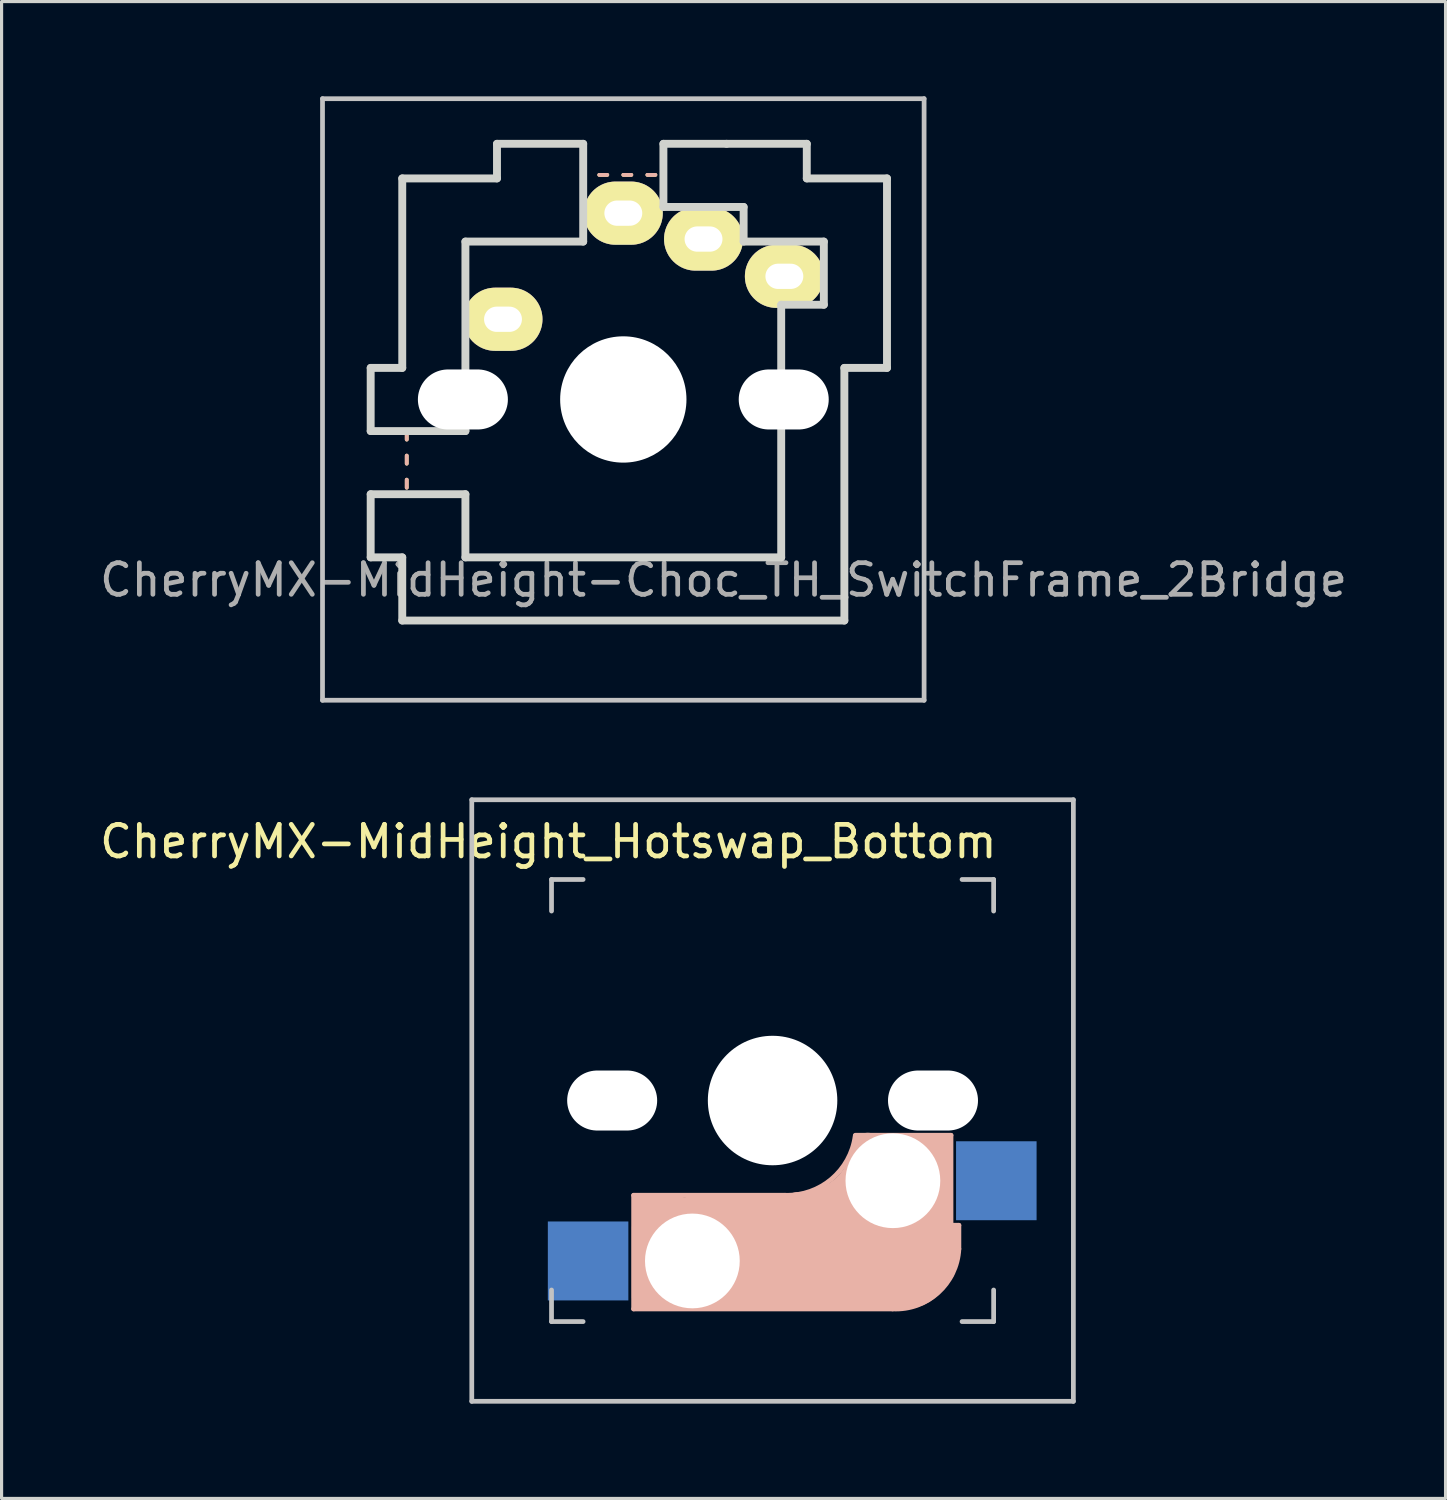
<source format=kicad_pcb>
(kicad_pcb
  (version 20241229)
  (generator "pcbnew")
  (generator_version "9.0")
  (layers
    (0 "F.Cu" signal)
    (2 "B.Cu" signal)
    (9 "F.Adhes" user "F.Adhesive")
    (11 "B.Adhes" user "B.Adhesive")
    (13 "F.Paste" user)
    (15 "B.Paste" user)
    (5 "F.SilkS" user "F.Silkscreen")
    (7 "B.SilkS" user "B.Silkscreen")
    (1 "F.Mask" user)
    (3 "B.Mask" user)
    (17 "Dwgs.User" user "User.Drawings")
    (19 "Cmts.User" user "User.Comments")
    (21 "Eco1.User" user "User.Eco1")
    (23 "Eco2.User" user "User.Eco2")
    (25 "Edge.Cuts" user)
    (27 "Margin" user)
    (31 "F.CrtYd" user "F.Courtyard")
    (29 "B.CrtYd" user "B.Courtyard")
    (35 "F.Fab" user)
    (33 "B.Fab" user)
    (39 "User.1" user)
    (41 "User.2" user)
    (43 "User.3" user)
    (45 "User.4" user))
  (footprint "CherryMX-MidHeight_Hotswap_Bottom"
    (layer "F.Cu")
    (at 21.415 31.8)
    (property "Reference" "CherryMX-MidHeight_Hotswap_Bottom" (at -7.1 -8.2 180) (layer "F.SilkS") (effects (font (size 1 1) (thickness 0.15))))
    (attr through_hole)
    (fp_line (start -4.4 3) (end -4.4 6.6) (stroke (width 0.15) (type solid)) (layer "B.SilkS"))
    (fp_line (start -4.4 6.6) (end 3.8 6.6) (stroke (width 0.15) (type solid)) (layer "B.SilkS"))
    (fp_line (start -4.38 4) (end -4.38 6.25) (stroke (width 0.15) (type solid)) (layer "B.SilkS"))
    (fp_line (start -4.25 6.4) (end -3 6.4) (stroke (width 0.4) (type solid)) (layer "B.SilkS"))
    (fp_line (start -4.2 3.25) (end -2.9 3.3) (stroke (width 0.5) (type solid)) (layer "B.SilkS"))
    (fp_line (start -3.9 6) (end -3.9 3.5) (stroke (width 1) (type solid)) (layer "B.SilkS"))
    (fp_line (start -2.6 4.8) (end 4.1 4.8) (stroke (width 3.5) (type solid)) (layer "B.SilkS"))
    (fp_line (start 0.4 3) (end -4.4 3) (stroke (width 0.15) (type solid)) (layer "B.SilkS"))
    (fp_line (start 4.17 5.1) (end 4.17 2.86) (stroke (width 3) (type solid)) (layer "B.SilkS"))
    (fp_line (start 5.3 1.6) (end 5.3 3.4) (stroke (width 0.8) (type solid)) (layer "B.SilkS"))
    (fp_line (start 5.45 1.3) (end 3 1.3) (stroke (width 0.5) (type solid)) (layer "B.SilkS"))
    (fp_line (start 5.65 1.1) (end 2.62 1.1) (stroke (width 0.15) (type solid)) (layer "B.SilkS"))
    (fp_line (start 5.65 5.55) (end 5.65 1.1) (stroke (width 0.15) (type solid)) (layer "B.SilkS"))
    (fp_line (start 5.8 4.05) (end 5.8 4.7) (stroke (width 0.3) (type solid)) (layer "B.SilkS"))
    (fp_line (start 5.9 3.95) (end 5.7 3.95) (stroke (width 0.15) (type solid)) (layer "B.SilkS"))
    (fp_line (start 5.9 4.7) (end 5.9 3.95) (stroke (width 0.15) (type solid)) (layer "B.SilkS"))
    (fp_arc (start 2.616318 1.121471) (mid 1.868709 2.486118) (end 0.4 3) (stroke (width 0.15) (type solid)) (layer "B.SilkS"))
    (fp_arc (start 3.016318 1.521471) (mid 2.268709 2.886118) (end 0.8 3.4) (stroke (width 1) (type solid)) (layer "B.SilkS"))
    (fp_arc (start 5.9 4.699999) (mid 5.243504 6.084924) (end 3.800001 6.6) (stroke (width 0.15) (type solid)) (layer "B.SilkS"))
    (fp_line (start -9.525 -9.525) (end 9.525 -9.525) (stroke (width 0.15) (type solid)) (layer "Dwgs.User"))
    (fp_line (start -9.525 9.525) (end -9.525 -9.525) (stroke (width 0.15) (type solid)) (layer "Dwgs.User"))
    (fp_line (start -7 -7) (end -7 -6) (stroke (width 0.15) (type solid)) (layer "Dwgs.User"))
    (fp_line (start -7 7) (end -7 6) (stroke (width 0.15) (type solid)) (layer "Dwgs.User"))
    (fp_line (start -7 7) (end -6 7) (stroke (width 0.15) (type solid)) (layer "Dwgs.User"))
    (fp_line (start -6 -7) (end -7 -7) (stroke (width 0.15) (type solid)) (layer "Dwgs.User"))
    (fp_line (start 7 -7) (end 6 -7) (stroke (width 0.15) (type solid)) (layer "Dwgs.User"))
    (fp_line (start 7 -6) (end 7 -7) (stroke (width 0.15) (type solid)) (layer "Dwgs.User"))
    (fp_line (start 7 6) (end 7 7) (stroke (width 0.15) (type solid)) (layer "Dwgs.User"))
    (fp_line (start 7 7) (end 6 7) (stroke (width 0.15) (type solid)) (layer "Dwgs.User"))
    (fp_line (start 9.525 -9.525) (end 9.525 9.525) (stroke (width 0.15) (type solid)) (layer "Dwgs.User"))
    (fp_line (start 9.525 9.525) (end -9.525 9.525) (stroke (width 0.15) (type solid)) (layer "Dwgs.User"))
    (pad "" np_thru_hole oval (at -5.08 0) (size 2.85 1.9) (drill oval 2.85 1.9) (layers "*.Cu" "*.Mask"))
    (pad "" np_thru_hole circle (at -2.54 5.08 180) (size 3 3) (drill 3) (layers "*.Cu" "*.Mask"))
    (pad "" np_thru_hole circle (at 0 0 270) (size 4.1 4.1) (drill 4.1) (layers "*.Cu" "*.Mask"))
    (pad "" np_thru_hole circle (at 3.81 2.54 180) (size 3 3) (drill 3) (layers "*.Cu" "*.Mask"))
    (pad "" np_thru_hole oval (at 5.08 0 180) (size 2.85 1.9) (drill oval 2.85 1.9) (layers "*.Cu" "*.Mask"))
    (pad "1" smd rect (at 7.085 2.54) (size 2.55 2.5) (layers "B.Cu" "B.Mask" "B.Paste"))
    (pad "2" smd rect (at -5.842 5.08) (size 2.55 2.5) (layers "B.Cu" "B.Mask" "B.Paste")))
  (footprint "CherryMX-MidHeight-Choc_TH_SwitchFrame_2Bridge"
    (layer "F.Cu")
    (at 16.688 9.6)
    (property "Reference" "CherryMX-MidHeight-Choc_TH_SwitchFrame_2Bridge" (at 3.175 5.715 0) (layer "F.Fab") (effects (font (size 1 1) (thickness 0.15))))
    (attr through_hole)
    (fp_line (start -6.858 1.016) (end -6.858 1.27) (stroke (width 0.12) (type solid)) (layer "F.SilkS"))
    (fp_line (start -6.858 1.778) (end -6.858 2.032) (stroke (width 0.12) (type solid)) (layer "F.SilkS"))
    (fp_line (start -6.858 2.54) (end -6.858 2.794) (stroke (width 0.12) (type solid)) (layer "F.SilkS"))
    (fp_line (start -0.762 -7.112) (end -0.508 -7.112) (stroke (width 0.12) (type solid)) (layer "F.SilkS"))
    (fp_line (start 0 -7.112) (end 0.254 -7.112) (stroke (width 0.12) (type solid)) (layer "F.SilkS"))
    (fp_line (start 0.762 -7.112) (end 1.016 -7.112) (stroke (width 0.12) (type solid)) (layer "F.SilkS"))
    (fp_line (start -6.858 1.016) (end -6.858 1.27) (stroke (width 0.12) (type solid)) (layer "B.SilkS"))
    (fp_line (start -6.858 1.778) (end -6.858 2.032) (stroke (width 0.12) (type solid)) (layer "B.SilkS"))
    (fp_line (start -6.858 2.54) (end -6.858 2.794) (stroke (width 0.12) (type solid)) (layer "B.SilkS"))
    (fp_line (start -0.762 -7.112) (end -0.508 -7.112) (stroke (width 0.12) (type solid)) (layer "B.SilkS"))
    (fp_line (start 0 -7.112) (end 0.254 -7.112) (stroke (width 0.12) (type solid)) (layer "B.SilkS"))
    (fp_line (start 0.762 -7.112) (end 1.016 -7.112) (stroke (width 0.12) (type solid)) (layer "B.SilkS"))
    (fp_line (start -9.525 -9.525) (end 9.525 -9.525) (stroke (width 0.15) (type solid)) (layer "Dwgs.User"))
    (fp_line (start -9.525 9.525) (end -9.525 -9.525) (stroke (width 0.15) (type solid)) (layer "Dwgs.User"))
    (fp_line (start 9.525 -9.525) (end 9.525 9.525) (stroke (width 0.15) (type solid)) (layer "Dwgs.User"))
    (fp_line (start 9.525 9.525) (end -9.525 9.525) (stroke (width 0.15) (type solid)) (layer "Dwgs.User"))
    (fp_line (start -8 -1) (end -8 1) (stroke (width 0.25) (type solid)) (layer "Edge.Cuts"))
    (fp_line (start -8 -1) (end -7 -1) (stroke (width 0.25) (type solid)) (layer "Edge.Cuts"))
    (fp_line (start -8 1) (end -5 1) (stroke (width 0.25) (type solid)) (layer "Edge.Cuts"))
    (fp_line (start -8 3) (end -8 5) (stroke (width 0.25) (type solid)) (layer "Edge.Cuts"))
    (fp_line (start -8 3) (end -5 3) (stroke (width 0.25) (type solid)) (layer "Edge.Cuts"))
    (fp_line (start -8 5) (end -7 5) (stroke (width 0.25) (type solid)) (layer "Edge.Cuts"))
    (fp_line (start -7 -7) (end -7 -1) (stroke (width 0.25) (type solid)) (layer "Edge.Cuts"))
    (fp_line (start -7 5) (end -7 7) (stroke (width 0.25) (type solid)) (layer "Edge.Cuts"))
    (fp_line (start -7 7) (end 7 7) (stroke (width 0.25) (type solid)) (layer "Edge.Cuts"))
    (fp_line (start -5 -5) (end -5 1) (stroke (width 0.25) (type solid)) (layer "Edge.Cuts"))
    (fp_line (start -5 3) (end -5 5) (stroke (width 0.25) (type solid)) (layer "Edge.Cuts"))
    (fp_line (start -5 5) (end 5 5) (stroke (width 0.25) (type solid)) (layer "Edge.Cuts"))
    (fp_line (start -4 -8.096) (end -1.27 -8.096) (stroke (width 0.25) (type solid)) (layer "Edge.Cuts"))
    (fp_line (start -4 -7) (end -7 -7) (stroke (width 0.25) (type solid)) (layer "Edge.Cuts"))
    (fp_line (start -4 -7) (end -4 -8.096) (stroke (width 0.25) (type solid)) (layer "Edge.Cuts"))
    (fp_line (start -1.27 -8.096) (end -1.27 -5) (stroke (width 0.25) (type solid)) (layer "Edge.Cuts"))
    (fp_line (start -1.27 -5) (end -5 -5) (stroke (width 0.25) (type solid)) (layer "Edge.Cuts"))
    (fp_line (start 1.27 -8.096) (end 1.27 -6.096) (stroke (width 0.25) (type solid)) (layer "Edge.Cuts"))
    (fp_line (start 3.27 -8.096) (end 1.27 -8.096) (stroke (width 0.25) (type solid)) (layer "Edge.Cuts"))
    (fp_line (start 3.81 -6.096) (end 1.27 -6.096) (stroke (width 0.25) (type solid)) (layer "Edge.Cuts"))
    (fp_line (start 3.81 -6.096) (end 3.81 -5) (stroke (width 0.25) (type solid)) (layer "Edge.Cuts"))
    (fp_line (start 5 5) (end 5 -3) (stroke (width 0.25) (type solid)) (layer "Edge.Cuts"))
    (fp_line (start 5.81 -8.096) (end 3.27 -8.096) (stroke (width 0.25) (type solid)) (layer "Edge.Cuts"))
    (fp_line (start 5.81 -7) (end 5.81 -8.096) (stroke (width 0.25) (type solid)) (layer "Edge.Cuts"))
    (fp_line (start 6.35 -5) (end 3.81 -5) (stroke (width 0.25) (type solid)) (layer "Edge.Cuts"))
    (fp_line (start 6.35 -5) (end 6.35 -3) (stroke (width 0.25) (type solid)) (layer "Edge.Cuts"))
    (fp_line (start 6.35 -3) (end 5 -3) (stroke (width 0.25) (type solid)) (layer "Edge.Cuts"))
    (fp_line (start 7 7) (end 7 -1) (stroke (width 0.25) (type solid)) (layer "Edge.Cuts"))
    (fp_line (start 8.35 -7) (end 5.81 -7) (stroke (width 0.25) (type solid)) (layer "Edge.Cuts"))
    (fp_line (start 8.35 -7) (end 8.35 -1) (stroke (width 0.25) (type solid)) (layer "Edge.Cuts"))
    (fp_line (start 8.35 -1) (end 7 -1) (stroke (width 0.25) (type solid)) (layer "Edge.Cuts"))
    (pad "" np_thru_hole oval (at -5.08 0) (size 2.85 1.9) (drill oval 2.85 1.9) (layers "*.Cu" "*.Mask"))
    (pad "" np_thru_hole circle (at 0 0 90) (size 4 4) (drill 4) (layers "*.Cu" "*.Mask"))
    (pad "" np_thru_hole oval (at 5.08 0 180) (size 2.85 1.9) (drill oval 2.85 1.9) (layers "*.Cu" "*.Mask"))
    (pad "1" thru_hole oval (at -3.81 -2.54) (size 2.5 2) (drill oval 1.2 0.8) (layers "*.Cu" "B.Mask" "F.SilkS"))
    (pad "1" thru_hole oval (at 5.1 -3.9 180) (size 2.5 2) (drill oval 1.2 0.8) (layers "*.Cu" "B.Mask" "F.SilkS"))
    (pad "2" thru_hole oval (at 0 -5.9 180) (size 2.5 2) (drill oval 1.2 0.8) (layers "*.Cu" "B.Mask" "F.SilkS"))
    (pad "2" thru_hole oval (at 2.54 -5.08) (size 2.5 2) (drill oval 1.2 0.8) (layers "*.Cu" "B.Mask" "F.SilkS")))
  (gr_rect
    (start -3 -3)
    (end 42.726 44.4)
    (stroke (width 0.1) (type default))
    (fill no)
    (layer "Edge.Cuts")))
</source>
